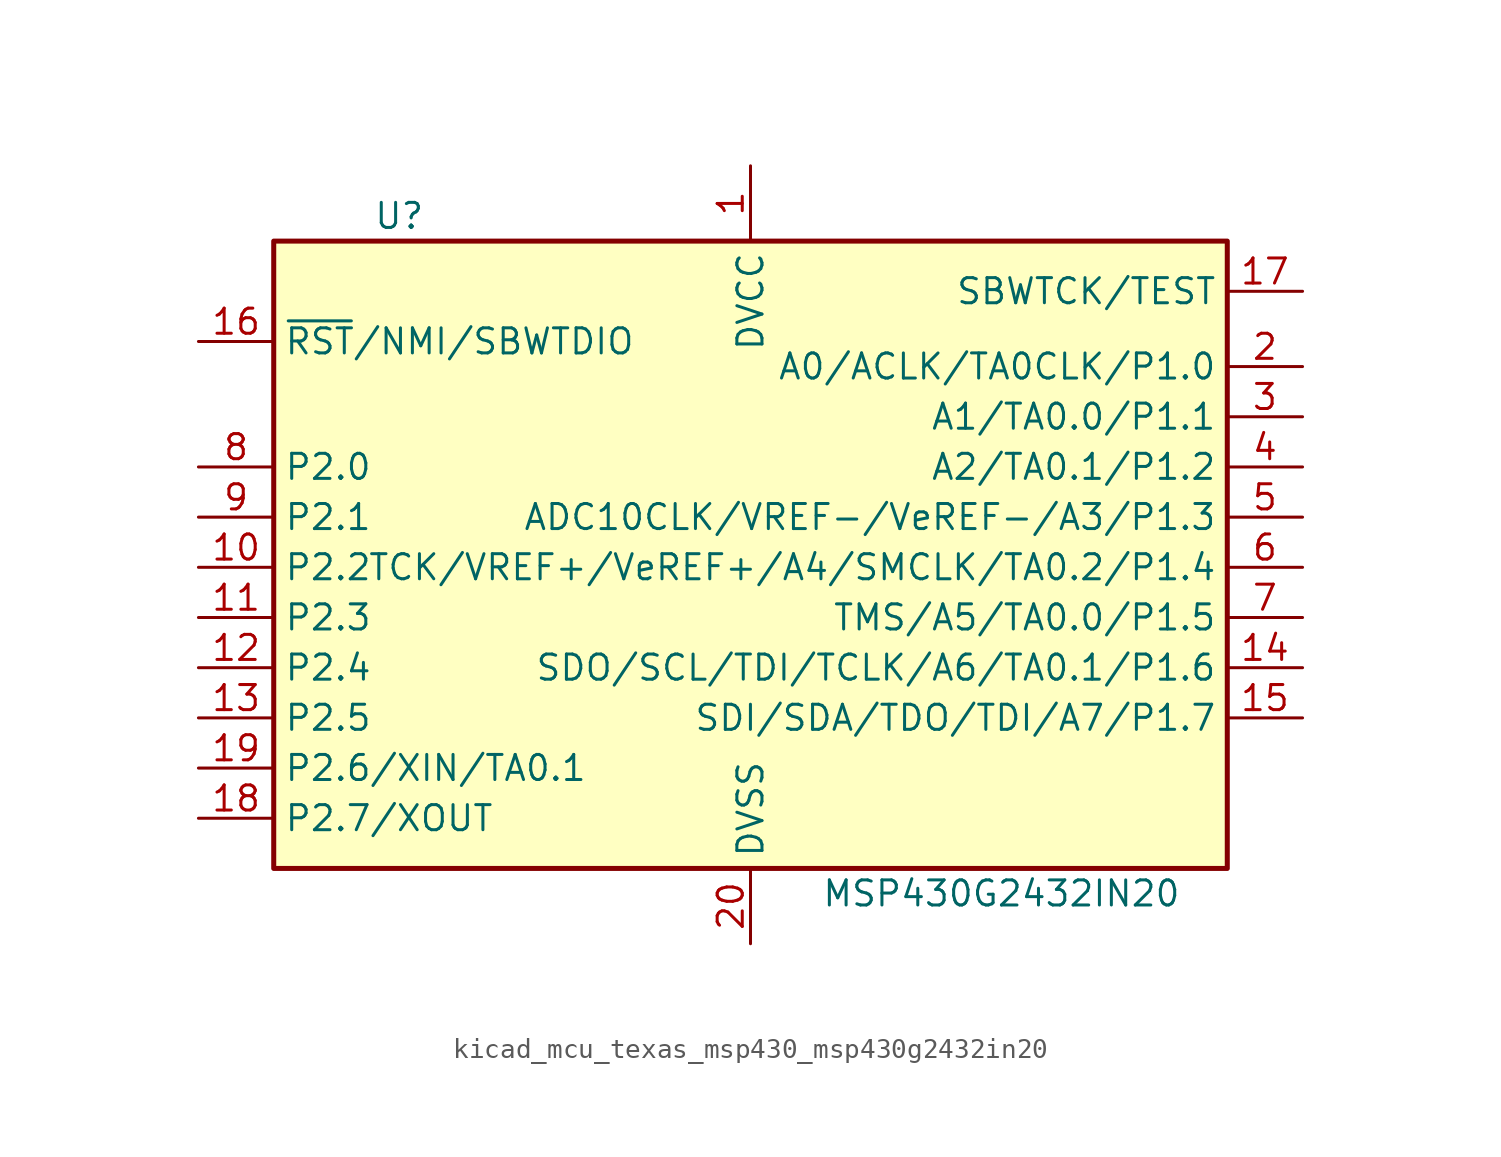
<source format=kicad_sym>
(kicad_symbol_lib
  (version 20220914)
  (generator kicad_symbol_editor)
  (symbol "kicad_mcu_texas_msp430_msp430g2432in20"
    (property "Reference" "U"
      (at -17.78 17.78 0)
      (effects (font (size 1.27 1.27))))
    (property "Value" "MSP430G2432IN20"
      (at 12.7 -16.51 0)
      (effects (font (size 1.27 1.27))))
    (symbol "kicad_mcu_texas_msp430_msp430g2432in20_0_1"
      (rectangle (start -24.13 16.51) (end 24.13 -15.24) (stroke (width 0.254) (type default)) (fill (type background))))
    (symbol "kicad_mcu_texas_msp430_msp430g2432in20_1_1"
      (pin power_in line (at 0 20.32 270) (length 3.81) (name "DVCC" (effects (font (size 1.27 1.27)))) (number "1" (effects (font (size 1.27 1.27)))))
      (pin bidirectional line (at -27.94 0 0) (length 3.81) (name "P2.2" (effects (font (size 1.27 1.27)))) (number "10" (effects (font (size 1.27 1.27)))))
      (pin bidirectional line (at -27.94 -2.54 0) (length 3.81) (name "P2.3" (effects (font (size 1.27 1.27)))) (number "11" (effects (font (size 1.27 1.27)))))
      (pin bidirectional line (at -27.94 -5.08 0) (length 3.81) (name "P2.4" (effects (font (size 1.27 1.27)))) (number "12" (effects (font (size 1.27 1.27)))))
      (pin bidirectional line (at -27.94 -7.62 0) (length 3.81) (name "P2.5" (effects (font (size 1.27 1.27)))) (number "13" (effects (font (size 1.27 1.27)))))
      (pin bidirectional line (at 27.94 -5.08 180) (length 3.81) (name "SDO/SCL/TDI/TCLK/A6/TA0.1/P1.6" (effects (font (size 1.27 1.27)))) (number "14" (effects (font (size 1.27 1.27)))))
      (pin bidirectional line (at 27.94 -7.62 180) (length 3.81) (name "SDI/SDA/TDO/TDI/A7/P1.7" (effects (font (size 1.27 1.27)))) (number "15" (effects (font (size 1.27 1.27)))))
      (pin input line (at -27.94 11.43 0) (length 3.81) (name "~{RST}/NMI/SBWTDIO" (effects (font (size 1.27 1.27)))) (number "16" (effects (font (size 1.27 1.27)))))
      (pin input line (at 27.94 13.97 180) (length 3.81) (name "SBWTCK/TEST" (effects (font (size 1.27 1.27)))) (number "17" (effects (font (size 1.27 1.27)))))
      (pin bidirectional line (at -27.94 -12.7 0) (length 3.81) (name "P2.7/XOUT" (effects (font (size 1.27 1.27)))) (number "18" (effects (font (size 1.27 1.27)))))
      (pin bidirectional line (at -27.94 -10.16 0) (length 3.81) (name "P2.6/XIN/TA0.1" (effects (font (size 1.27 1.27)))) (number "19" (effects (font (size 1.27 1.27)))))
      (pin bidirectional line (at 27.94 10.16 180) (length 3.81) (name "A0/ACLK/TA0CLK/P1.0" (effects (font (size 1.27 1.27)))) (number "2" (effects (font (size 1.27 1.27)))))
      (pin power_in line (at 0 -19.05 90) (length 3.81) (name "DVSS" (effects (font (size 1.27 1.27)))) (number "20" (effects (font (size 1.27 1.27)))))
      (pin bidirectional line (at 27.94 7.62 180) (length 3.81) (name "A1/TA0.0/P1.1" (effects (font (size 1.27 1.27)))) (number "3" (effects (font (size 1.27 1.27)))))
      (pin bidirectional line (at 27.94 5.08 180) (length 3.81) (name "A2/TA0.1/P1.2" (effects (font (size 1.27 1.27)))) (number "4" (effects (font (size 1.27 1.27)))))
      (pin bidirectional line (at 27.94 2.54 180) (length 3.81) (name "ADC10CLK/VREF-/VeREF-/A3/P1.3" (effects (font (size 1.27 1.27)))) (number "5" (effects (font (size 1.27 1.27)))))
      (pin bidirectional line (at 27.94 0 180) (length 3.81) (name "TCK/VREF+/VeREF+/A4/SMCLK/TA0.2/P1.4" (effects (font (size 1.27 1.27)))) (number "6" (effects (font (size 1.27 1.27)))))
      (pin bidirectional line (at 27.94 -2.54 180) (length 3.81) (name "TMS/A5/TA0.0/P1.5" (effects (font (size 1.27 1.27)))) (number "7" (effects (font (size 1.27 1.27)))))
      (pin bidirectional line (at -27.94 5.08 0) (length 3.81) (name "P2.0" (effects (font (size 1.27 1.27)))) (number "8" (effects (font (size 1.27 1.27)))))
      (pin bidirectional line (at -27.94 2.54 0) (length 3.81) (name "P2.1" (effects (font (size 1.27 1.27)))) (number "9" (effects (font (size 1.27 1.27))))))))
</source>
